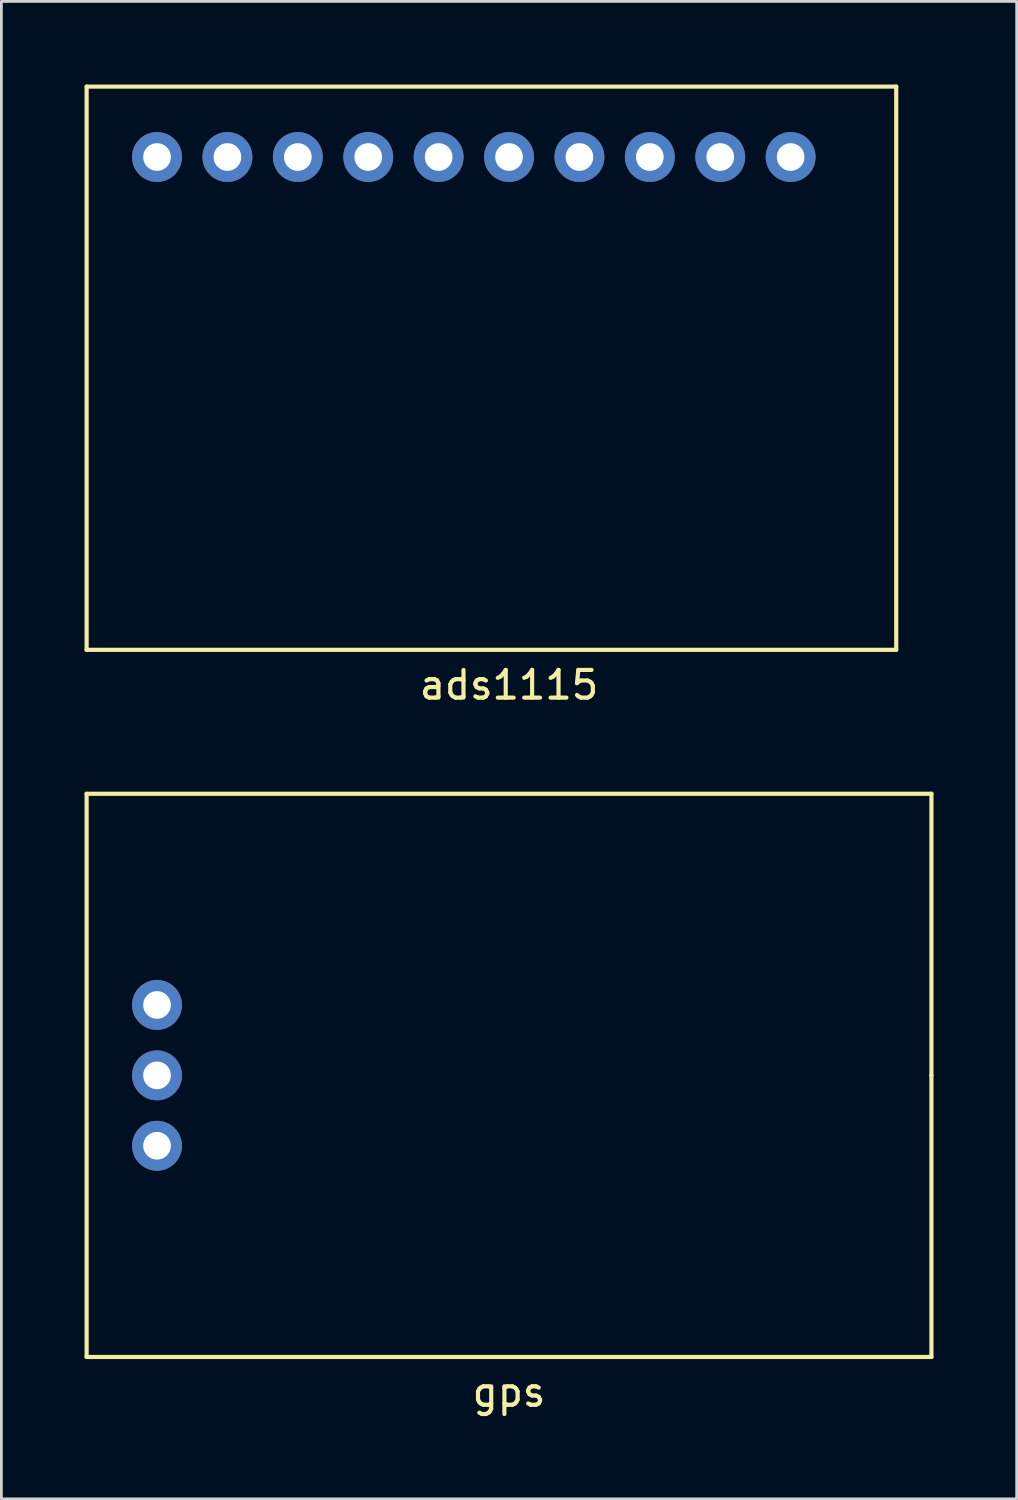
<source format=kicad_pcb>
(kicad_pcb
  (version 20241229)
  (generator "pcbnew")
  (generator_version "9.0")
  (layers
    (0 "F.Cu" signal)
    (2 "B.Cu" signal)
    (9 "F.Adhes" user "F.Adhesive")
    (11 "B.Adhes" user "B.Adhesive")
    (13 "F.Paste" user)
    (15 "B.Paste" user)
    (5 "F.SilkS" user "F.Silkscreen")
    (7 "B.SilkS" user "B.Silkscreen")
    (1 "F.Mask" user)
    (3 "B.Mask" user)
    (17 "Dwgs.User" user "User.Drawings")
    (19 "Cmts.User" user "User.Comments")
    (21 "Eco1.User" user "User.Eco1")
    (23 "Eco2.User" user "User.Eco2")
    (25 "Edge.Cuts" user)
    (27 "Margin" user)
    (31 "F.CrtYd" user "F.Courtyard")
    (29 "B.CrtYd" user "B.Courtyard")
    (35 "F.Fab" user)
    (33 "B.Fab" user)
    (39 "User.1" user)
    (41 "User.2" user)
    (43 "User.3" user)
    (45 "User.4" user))
  (footprint "ads1115"
    (layer "F.Cu")
    (at 15.315 10.235)
    (property "Reference" "ads1115" (at 0 11.43 0) (layer "F.SilkS") (effects (font (size 1 1) (thickness 0.15))))
    (attr through_hole)
    (fp_line (start -15.24 10.16) (end -15.24 -10.16) (stroke (width 0.15) (type solid)) (layer "F.SilkS"))
    (fp_line (start 13.97 -10.16) (end -15.24 -10.16) (stroke (width 0.15) (type solid)) (layer "F.SilkS"))
    (fp_line (start 13.97 -10.16) (end 13.97 10.16) (stroke (width 0.15) (type solid)) (layer "F.SilkS"))
    (fp_line (start 13.97 10.16) (end -15.24 10.16) (stroke (width 0.15) (type solid)) (layer "F.SilkS"))
    (pad "1" thru_hole circle (at -12.7 -7.62) (size 1.8 1.8) (drill 1) (layers "*.Cu" "*.Mask"))
    (pad "2" thru_hole circle (at -10.16 -7.62) (size 1.8 1.8) (drill 1) (layers "*.Cu" "*.Mask"))
    (pad "3" thru_hole circle (at -7.62 -7.62) (size 1.8 1.8) (drill 1) (layers "*.Cu" "*.Mask"))
    (pad "4" thru_hole circle (at -5.08 -7.62) (size 1.8 1.8) (drill 1) (layers "*.Cu" "*.Mask"))
    (pad "5" thru_hole circle (at -2.54 -7.62) (size 1.8 1.8) (drill 1) (layers "*.Cu" "*.Mask"))
    (pad "6" thru_hole circle (at 0 -7.62) (size 1.8 1.8) (drill 1) (layers "*.Cu" "*.Mask"))
    (pad "7" thru_hole circle (at 2.54 -7.62) (size 1.8 1.8) (drill 1) (layers "*.Cu" "*.Mask"))
    (pad "8" thru_hole circle (at 5.08 -7.62) (size 1.8 1.8) (drill 1) (layers "*.Cu" "*.Mask"))
    (pad "9" thru_hole circle (at 7.62 -7.62) (size 1.8 1.8) (drill 1) (layers "*.Cu" "*.Mask"))
    (pad "10" thru_hole circle (at 10.16 -7.62) (size 1.8 1.8) (drill 1) (layers "*.Cu" "*.Mask")))
  (footprint "gps"
    (layer "F.Cu")
    (at 15.315 35.748)
    (property "Reference" "gps" (at 0 11.43 0) (layer "F.SilkS") (effects (font (size 1 1) (thickness 0.15))))
    (attr through_hole)
    (fp_line (start -15.24 -10.16) (end 15.24 -10.16) (stroke (width 0.15) (type solid)) (layer "F.SilkS"))
    (fp_line (start -15.24 10.16) (end -15.24 -10.16) (stroke (width 0.15) (type solid)) (layer "F.SilkS"))
    (fp_line (start 15.24 -10.16) (end 15.24 0) (stroke (width 0.15) (type solid)) (layer "F.SilkS"))
    (fp_line (start 15.24 0) (end 15.24 10.16) (stroke (width 0.15) (type solid)) (layer "F.SilkS"))
    (fp_line (start 15.24 10.16) (end -15.24 10.16) (stroke (width 0.15) (type solid)) (layer "F.SilkS"))
    (pad "1" thru_hole circle (at -12.7 -2.54) (size 1.8 1.8) (drill 1) (layers "*.Cu" "*.Mask"))
    (pad "2" thru_hole circle (at -12.7 0) (size 1.8 1.8) (drill 1) (layers "*.Cu" "*.Mask"))
    (pad "3" thru_hole circle (at -12.7 2.54) (size 1.8 1.8) (drill 1) (layers "*.Cu" "*.Mask")))
  (gr_rect
    (start -3 -3)
    (end 33.63 51.026)
    (stroke (width 0.1) (type default))
    (fill no)
    (layer "Edge.Cuts")))
</source>
